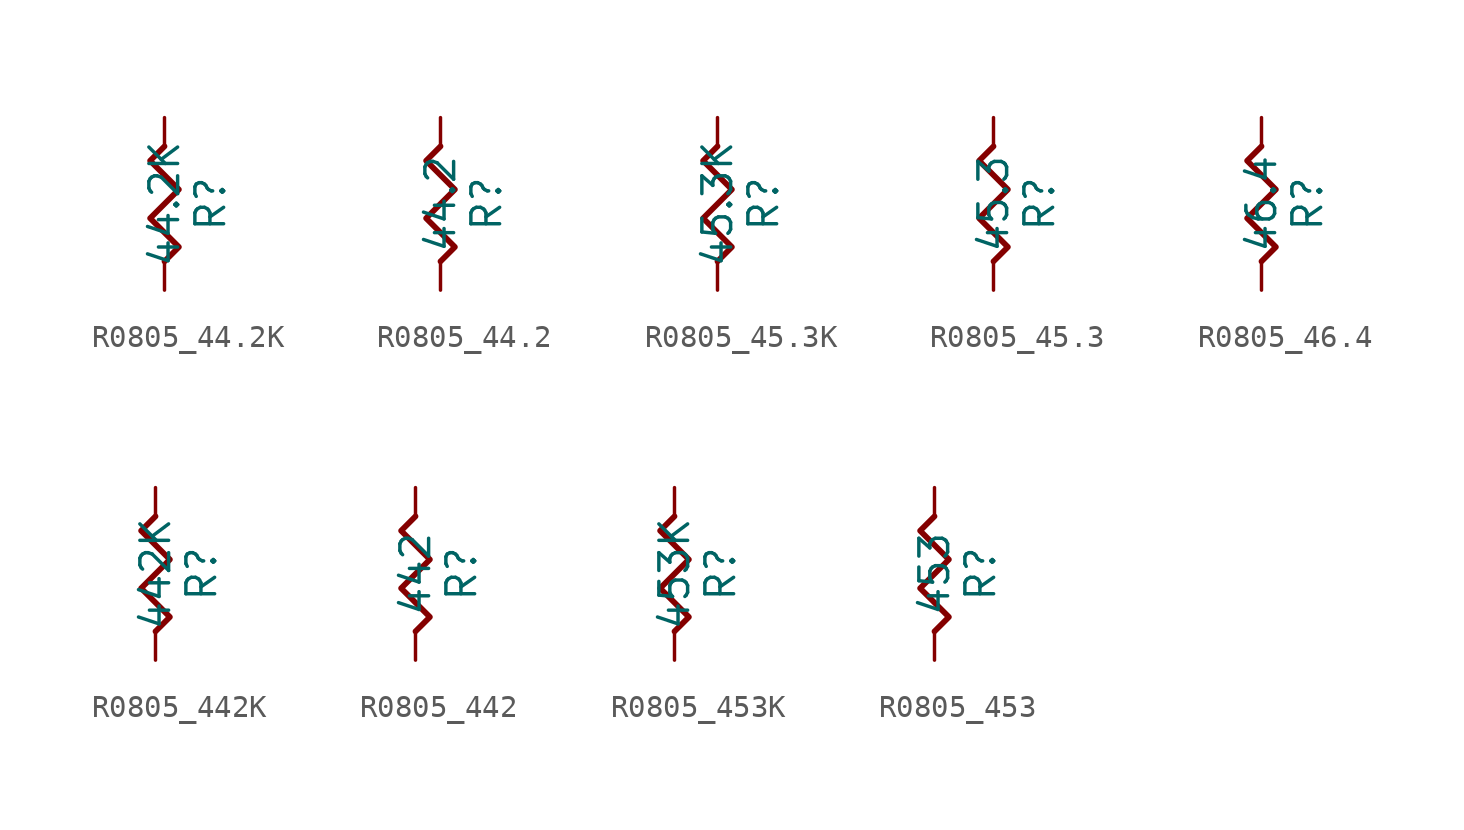
<source format=kicad_sym>
(kicad_symbol_lib
  (version 20211014)
  (generator atlantix-eda)
  (symbol "R0805_44.2K"
    (pin_numbers hide)
    (pin_names
      (offset 0))
    (property "Reference" "R"
      (at 2.032 0 90)
      (effects (font (size 1.27 1.27))))
    (property "Value" "44.2K"
      (at 0 0 90)
      (effects (font (size 1.27 1.27))))
    (symbol "R0805_44.2K_0_1"
      (polyline (pts (xy 0 -2.54) (xy 0.635 -1.905) (xy -0.635 -0.635) (xy 0.635 0.635) (xy -0.635 1.905) (xy 0 2.54)) (stroke (width 0.254) (type default) (color 0 0 0 0)) (fill (type none))))
    (symbol "R0805_44.2K_1_1"
      (pin passive line (at 0 3.81 270) (length 1.27) (name "~" (effects (font (size 1.27 1.27)))) (number "1" (effects (font (size 1.27 1.27)))))
      (pin passive line (at 0 -3.81 90) (length 1.27) (name "~" (effects (font (size 1.27 1.27)))) (number "2" (effects (font (size 1.27 1.27)))))))
  (symbol "R0805_44.2"
    (pin_numbers hide)
    (pin_names
      (offset 0))
    (property "Reference" "R"
      (at 2.032 0 90)
      (effects (font (size 1.27 1.27))))
    (property "Value" "44.2"
      (at 0 0 90)
      (effects (font (size 1.27 1.27))))
    (symbol "R0805_44.2_0_1"
      (polyline (pts (xy 0 -2.54) (xy 0.635 -1.905) (xy -0.635 -0.635) (xy 0.635 0.635) (xy -0.635 1.905) (xy 0 2.54)) (stroke (width 0.254) (type default) (color 0 0 0 0)) (fill (type none))))
    (symbol "R0805_44.2_1_1"
      (pin passive line (at 0 3.81 270) (length 1.27) (name "~" (effects (font (size 1.27 1.27)))) (number "1" (effects (font (size 1.27 1.27)))))
      (pin passive line (at 0 -3.81 90) (length 1.27) (name "~" (effects (font (size 1.27 1.27)))) (number "2" (effects (font (size 1.27 1.27)))))))
  (symbol "R0805_45.3K"
    (pin_numbers hide)
    (pin_names
      (offset 0))
    (property "Reference" "R"
      (at 2.032 0 90)
      (effects (font (size 1.27 1.27))))
    (property "Value" "45.3K"
      (at 0 0 90)
      (effects (font (size 1.27 1.27))))
    (symbol "R0805_45.3K_0_1"
      (polyline (pts (xy 0 -2.54) (xy 0.635 -1.905) (xy -0.635 -0.635) (xy 0.635 0.635) (xy -0.635 1.905) (xy 0 2.54)) (stroke (width 0.254) (type default) (color 0 0 0 0)) (fill (type none))))
    (symbol "R0805_45.3K_1_1"
      (pin passive line (at 0 3.81 270) (length 1.27) (name "~" (effects (font (size 1.27 1.27)))) (number "1" (effects (font (size 1.27 1.27)))))
      (pin passive line (at 0 -3.81 90) (length 1.27) (name "~" (effects (font (size 1.27 1.27)))) (number "2" (effects (font (size 1.27 1.27)))))))
  (symbol "R0805_45.3"
    (pin_numbers hide)
    (pin_names
      (offset 0))
    (property "Reference" "R"
      (at 2.032 0 90)
      (effects (font (size 1.27 1.27))))
    (property "Value" "45.3"
      (at 0 0 90)
      (effects (font (size 1.27 1.27))))
    (symbol "R0805_45.3_0_1"
      (polyline (pts (xy 0 -2.54) (xy 0.635 -1.905) (xy -0.635 -0.635) (xy 0.635 0.635) (xy -0.635 1.905) (xy 0 2.54)) (stroke (width 0.254) (type default) (color 0 0 0 0)) (fill (type none))))
    (symbol "R0805_45.3_1_1"
      (pin passive line (at 0 3.81 270) (length 1.27) (name "~" (effects (font (size 1.27 1.27)))) (number "1" (effects (font (size 1.27 1.27)))))
      (pin passive line (at 0 -3.81 90) (length 1.27) (name "~" (effects (font (size 1.27 1.27)))) (number "2" (effects (font (size 1.27 1.27)))))))
  (symbol "R0805_46.4"
    (pin_numbers hide)
    (pin_names
      (offset 0))
    (property "Reference" "R"
      (at 2.032 0 90)
      (effects (font (size 1.27 1.27))))
    (property "Value" "46.4"
      (at 0 0 90)
      (effects (font (size 1.27 1.27))))
    (symbol "R0805_46.4_0_1"
      (polyline (pts (xy 0 -2.54) (xy 0.635 -1.905) (xy -0.635 -0.635) (xy 0.635 0.635) (xy -0.635 1.905) (xy 0 2.54)) (stroke (width 0.254) (type default) (color 0 0 0 0)) (fill (type none))))
    (symbol "R0805_46.4_1_1"
      (pin passive line (at 0 3.81 270) (length 1.27) (name "~" (effects (font (size 1.27 1.27)))) (number "1" (effects (font (size 1.27 1.27)))))
      (pin passive line (at 0 -3.81 90) (length 1.27) (name "~" (effects (font (size 1.27 1.27)))) (number "2" (effects (font (size 1.27 1.27)))))))
  (symbol "R0805_442K"
    (pin_numbers hide)
    (pin_names
      (offset 0))
    (property "Reference" "R"
      (at 2.032 0 90)
      (effects (font (size 1.27 1.27))))
    (property "Value" "442K"
      (at 0 0 90)
      (effects (font (size 1.27 1.27))))
    (symbol "R0805_442K_0_1"
      (polyline (pts (xy 0 -2.54) (xy 0.635 -1.905) (xy -0.635 -0.635) (xy 0.635 0.635) (xy -0.635 1.905) (xy 0 2.54)) (stroke (width 0.254) (type default) (color 0 0 0 0)) (fill (type none))))
    (symbol "R0805_442K_1_1"
      (pin passive line (at 0 3.81 270) (length 1.27) (name "~" (effects (font (size 1.27 1.27)))) (number "1" (effects (font (size 1.27 1.27)))))
      (pin passive line (at 0 -3.81 90) (length 1.27) (name "~" (effects (font (size 1.27 1.27)))) (number "2" (effects (font (size 1.27 1.27)))))))
  (symbol "R0805_442"
    (pin_numbers hide)
    (pin_names
      (offset 0))
    (property "Reference" "R"
      (at 2.032 0 90)
      (effects (font (size 1.27 1.27))))
    (property "Value" "442"
      (at 0 0 90)
      (effects (font (size 1.27 1.27))))
    (symbol "R0805_442_0_1"
      (polyline (pts (xy 0 -2.54) (xy 0.635 -1.905) (xy -0.635 -0.635) (xy 0.635 0.635) (xy -0.635 1.905) (xy 0 2.54)) (stroke (width 0.254) (type default) (color 0 0 0 0)) (fill (type none))))
    (symbol "R0805_442_1_1"
      (pin passive line (at 0 3.81 270) (length 1.27) (name "~" (effects (font (size 1.27 1.27)))) (number "1" (effects (font (size 1.27 1.27)))))
      (pin passive line (at 0 -3.81 90) (length 1.27) (name "~" (effects (font (size 1.27 1.27)))) (number "2" (effects (font (size 1.27 1.27)))))))
  (symbol "R0805_453K"
    (pin_numbers hide)
    (pin_names
      (offset 0))
    (property "Reference" "R"
      (at 2.032 0 90)
      (effects (font (size 1.27 1.27))))
    (property "Value" "453K"
      (at 0 0 90)
      (effects (font (size 1.27 1.27))))
    (symbol "R0805_453K_0_1"
      (polyline (pts (xy 0 -2.54) (xy 0.635 -1.905) (xy -0.635 -0.635) (xy 0.635 0.635) (xy -0.635 1.905) (xy 0 2.54)) (stroke (width 0.254) (type default) (color 0 0 0 0)) (fill (type none))))
    (symbol "R0805_453K_1_1"
      (pin passive line (at 0 3.81 270) (length 1.27) (name "~" (effects (font (size 1.27 1.27)))) (number "1" (effects (font (size 1.27 1.27)))))
      (pin passive line (at 0 -3.81 90) (length 1.27) (name "~" (effects (font (size 1.27 1.27)))) (number "2" (effects (font (size 1.27 1.27)))))))
  (symbol "R0805_453"
    (pin_numbers hide)
    (pin_names
      (offset 0))
    (property "Reference" "R"
      (at 2.032 0 90)
      (effects (font (size 1.27 1.27))))
    (property "Value" "453"
      (at 0 0 90)
      (effects (font (size 1.27 1.27))))
    (symbol "R0805_453_0_1"
      (polyline (pts (xy 0 -2.54) (xy 0.635 -1.905) (xy -0.635 -0.635) (xy 0.635 0.635) (xy -0.635 1.905) (xy 0 2.54)) (stroke (width 0.254) (type default) (color 0 0 0 0)) (fill (type none))))
    (symbol "R0805_453_1_1"
      (pin passive line (at 0 3.81 270) (length 1.27) (name "~" (effects (font (size 1.27 1.27)))) (number "1" (effects (font (size 1.27 1.27)))))
      (pin passive line (at 0 -3.81 90) (length 1.27) (name "~" (effects (font (size 1.27 1.27)))) (number "2" (effects (font (size 1.27 1.27))))))))
</source>
